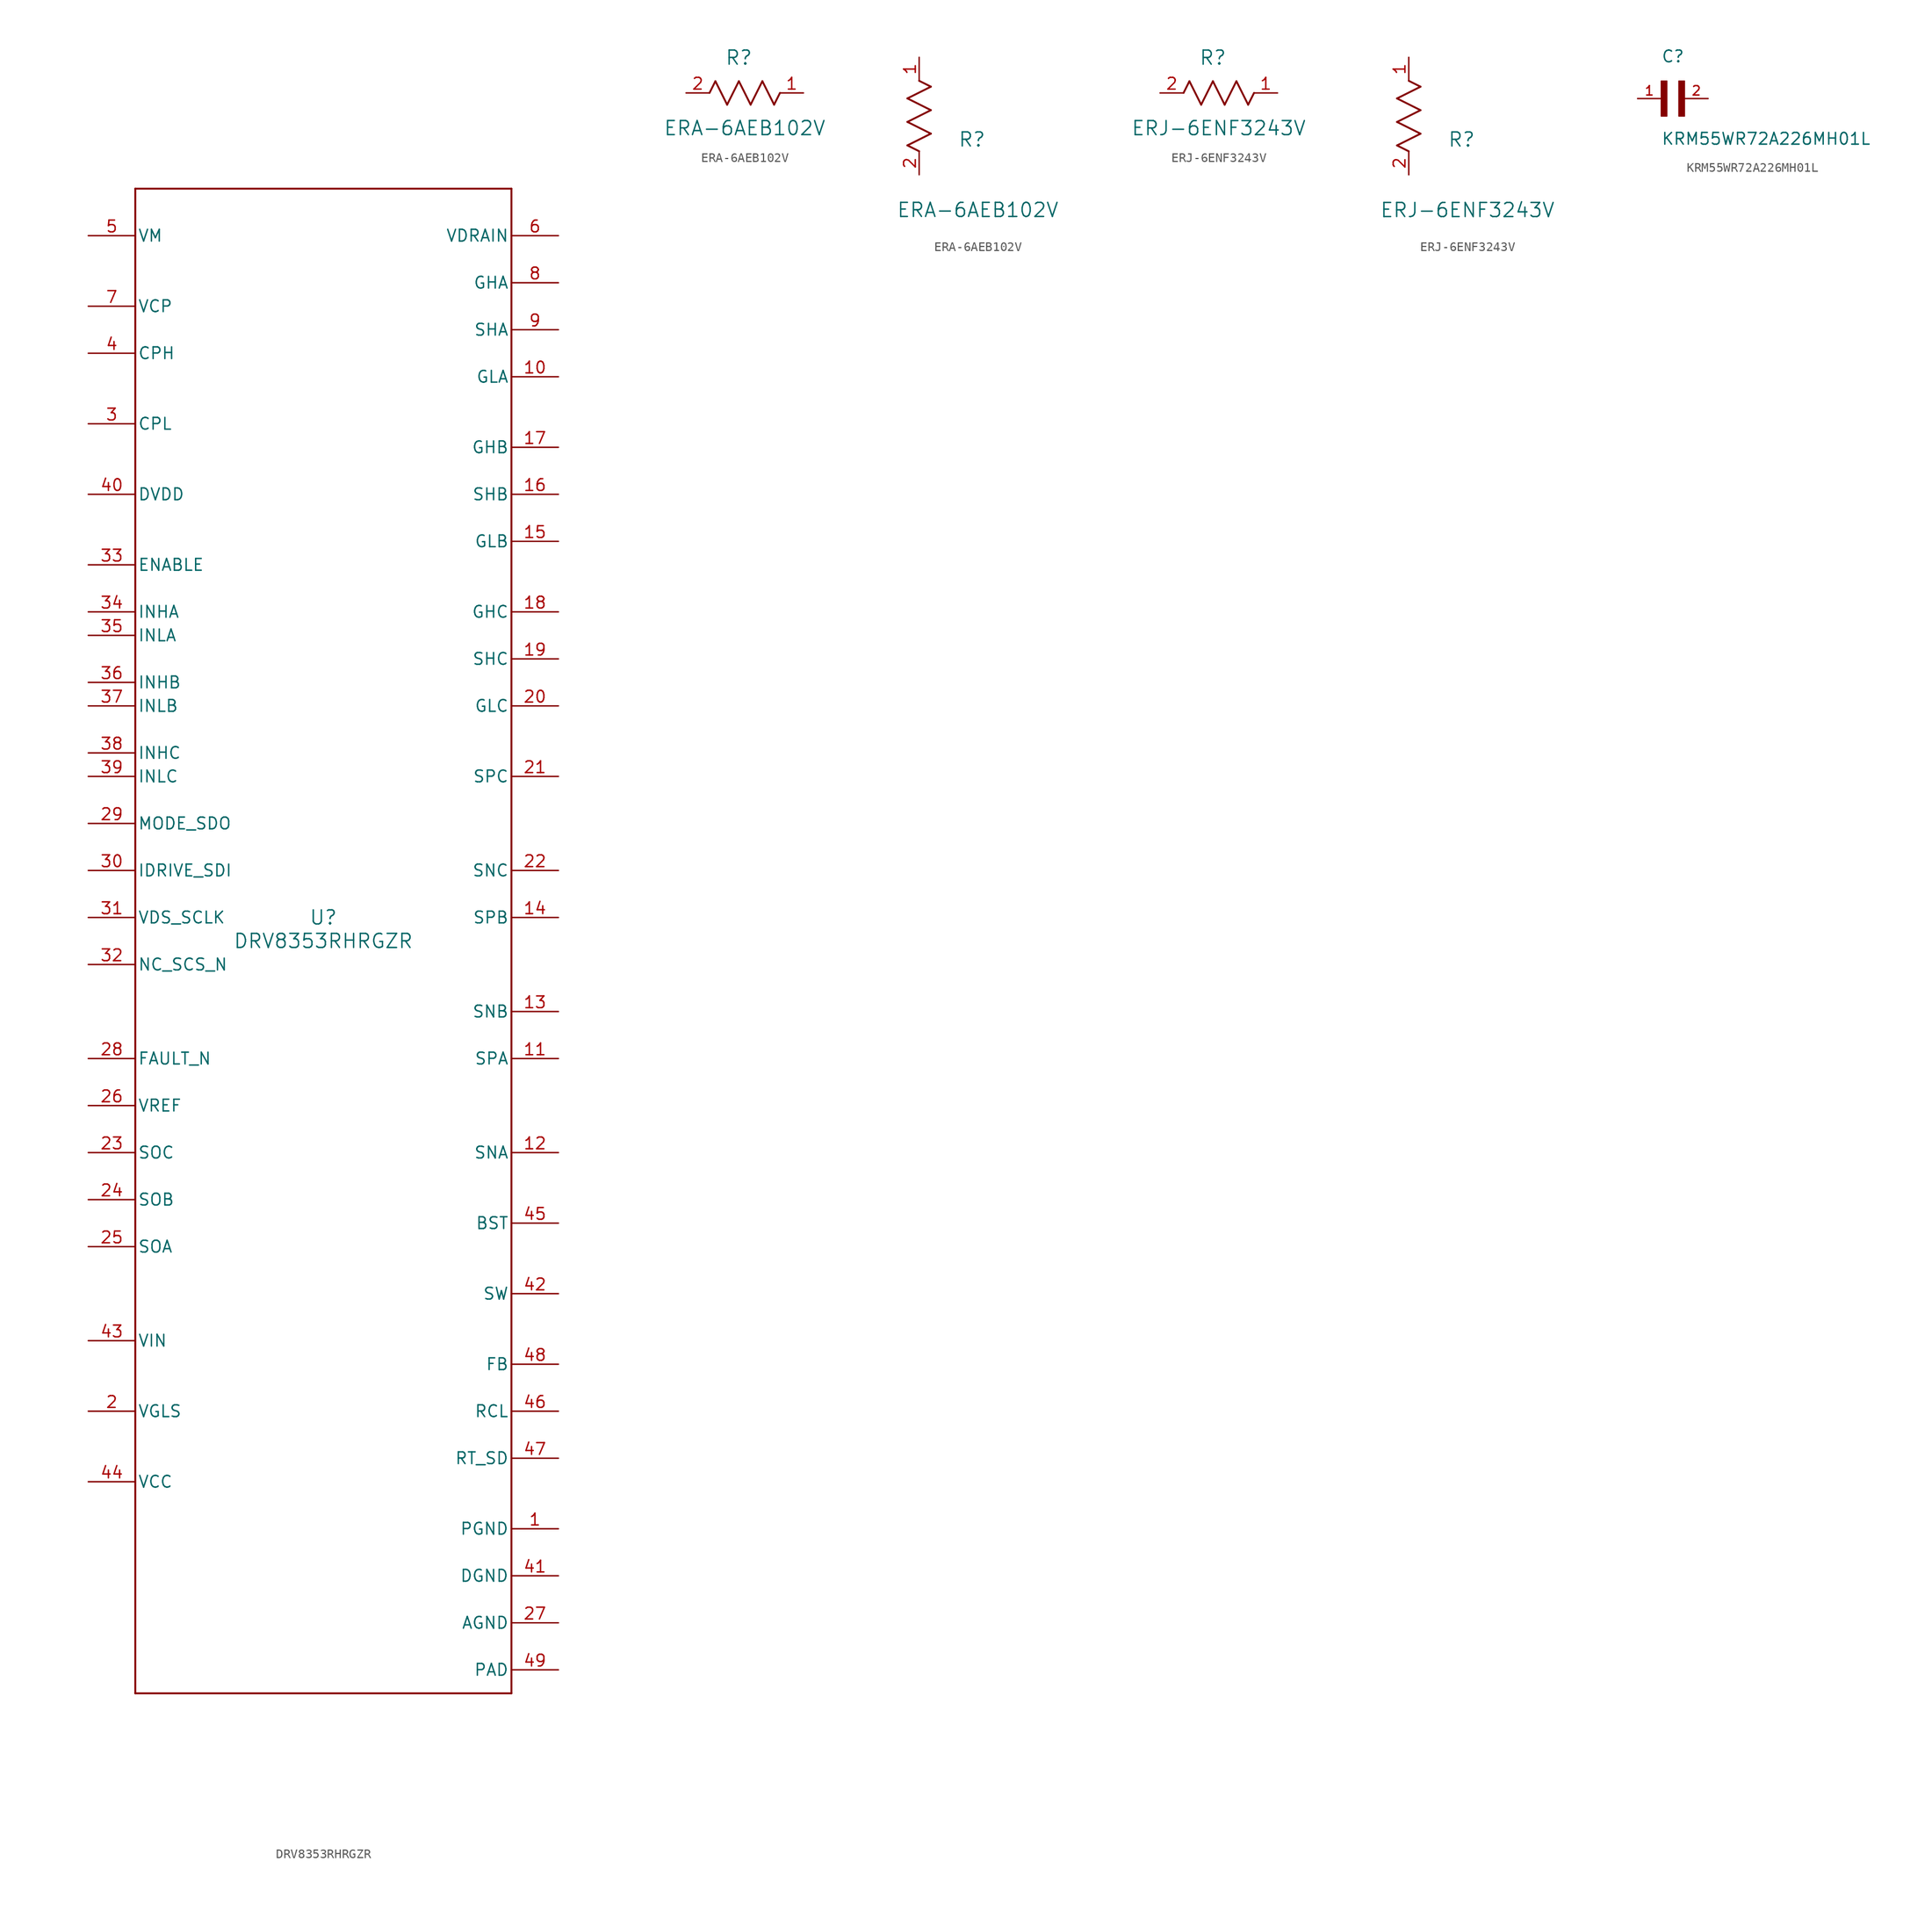
<source format=kicad_sym>
(kicad_symbol_lib
  (version 20231120)
  (generator "kicad_symbol_editor")
  (generator_version "8.0")
  (symbol "DRV8353RHRGZR"
    (pin_names
      (offset 0.254))
    (property "Reference" "U"
      (at 0 2.54 0)
      (effects (font (size 1.524 1.524))))
    (property "Value" "DRV8353RHRGZR"
      (at 0 0 0)
      (effects (font (size 1.524 1.524))))
    (property "ki_locked" ""
      (at 0 0 0)
      (effects (font (size 1.27 1.27))))
    (symbol "DRV8353RHRGZR_0_1"
      (polyline (pts (xy -20.32 -81.28) (xy 20.32 -81.28)) (stroke (width 0.203) (type default)) (fill (type none)))
      (polyline (pts (xy -20.32 81.28) (xy -20.32 -81.28)) (stroke (width 0.203) (type default)) (fill (type none)))
      (polyline (pts (xy 20.32 -81.28) (xy 20.32 81.28)) (stroke (width 0.203) (type default)) (fill (type none)))
      (polyline (pts (xy 20.32 81.28) (xy -20.32 81.28)) (stroke (width 0.203) (type default)) (fill (type none)))
      (pin power_in line (at 25.4 -63.5 180) (length 5.08) (name "PGND" (effects (font (size 1.27 1.27)))) (number "1" (effects (font (size 1.27 1.27)))))
      (pin output line (at 25.4 60.96 180) (length 5.08) (name "GLA" (effects (font (size 1.27 1.27)))) (number "10" (effects (font (size 1.27 1.27)))))
      (pin input line (at 25.4 -12.7 180) (length 5.08) (name "SPA" (effects (font (size 1.27 1.27)))) (number "11" (effects (font (size 1.27 1.27)))))
      (pin input line (at 25.4 -22.86 180) (length 5.08) (name "SNA" (effects (font (size 1.27 1.27)))) (number "12" (effects (font (size 1.27 1.27)))))
      (pin input line (at 25.4 -7.62 180) (length 5.08) (name "SNB" (effects (font (size 1.27 1.27)))) (number "13" (effects (font (size 1.27 1.27)))))
      (pin input line (at 25.4 2.54 180) (length 5.08) (name "SPB" (effects (font (size 1.27 1.27)))) (number "14" (effects (font (size 1.27 1.27)))))
      (pin output line (at 25.4 43.18 180) (length 5.08) (name "GLB" (effects (font (size 1.27 1.27)))) (number "15" (effects (font (size 1.27 1.27)))))
      (pin input line (at 25.4 48.26 180) (length 5.08) (name "SHB" (effects (font (size 1.27 1.27)))) (number "16" (effects (font (size 1.27 1.27)))))
      (pin output line (at 25.4 53.34 180) (length 5.08) (name "GHB" (effects (font (size 1.27 1.27)))) (number "17" (effects (font (size 1.27 1.27)))))
      (pin output line (at 25.4 35.56 180) (length 5.08) (name "GHC" (effects (font (size 1.27 1.27)))) (number "18" (effects (font (size 1.27 1.27)))))
      (pin input line (at 25.4 30.48 180) (length 5.08) (name "SHC" (effects (font (size 1.27 1.27)))) (number "19" (effects (font (size 1.27 1.27)))))
      (pin power_in line (at -25.4 -50.8 0) (length 5.08) (name "VGLS" (effects (font (size 1.27 1.27)))) (number "2" (effects (font (size 1.27 1.27)))))
      (pin output line (at 25.4 25.4 180) (length 5.08) (name "GLC" (effects (font (size 1.27 1.27)))) (number "20" (effects (font (size 1.27 1.27)))))
      (pin input line (at 25.4 17.78 180) (length 5.08) (name "SPC" (effects (font (size 1.27 1.27)))) (number "21" (effects (font (size 1.27 1.27)))))
      (pin input line (at 25.4 7.62 180) (length 5.08) (name "SNC" (effects (font (size 1.27 1.27)))) (number "22" (effects (font (size 1.27 1.27)))))
      (pin output line (at -25.4 -22.86 0) (length 5.08) (name "SOC" (effects (font (size 1.27 1.27)))) (number "23" (effects (font (size 1.27 1.27)))))
      (pin output line (at -25.4 -27.94 0) (length 5.08) (name "SOB" (effects (font (size 1.27 1.27)))) (number "24" (effects (font (size 1.27 1.27)))))
      (pin output line (at -25.4 -33.02 0) (length 5.08) (name "SOA" (effects (font (size 1.27 1.27)))) (number "25" (effects (font (size 1.27 1.27)))))
      (pin power_in line (at -25.4 -17.78 0) (length 5.08) (name "VREF" (effects (font (size 1.27 1.27)))) (number "26" (effects (font (size 1.27 1.27)))))
      (pin power_in line (at 25.4 -73.66 180) (length 5.08) (name "AGND" (effects (font (size 1.27 1.27)))) (number "27" (effects (font (size 1.27 1.27)))))
      (pin open_collector line (at -25.4 -12.7 0) (length 5.08) (name "FAULT_N" (effects (font (size 1.27 1.27)))) (number "28" (effects (font (size 1.27 1.27)))))
      (pin bidirectional line (at -25.4 12.7 0) (length 5.08) (name "MODE_SDO" (effects (font (size 1.27 1.27)))) (number "29" (effects (font (size 1.27 1.27)))))
      (pin power_in line (at -25.4 55.88 0) (length 5.08) (name "CPL" (effects (font (size 1.27 1.27)))) (number "3" (effects (font (size 1.27 1.27)))))
      (pin input line (at -25.4 7.62 0) (length 5.08) (name "IDRIVE_SDI" (effects (font (size 1.27 1.27)))) (number "30" (effects (font (size 1.27 1.27)))))
      (pin input line (at -25.4 2.54 0) (length 5.08) (name "VDS_SCLK" (effects (font (size 1.27 1.27)))) (number "31" (effects (font (size 1.27 1.27)))))
      (pin input line (at -25.4 -2.54 0) (length 5.08) (name "NC_SCS_N" (effects (font (size 1.27 1.27)))) (number "32" (effects (font (size 1.27 1.27)))))
      (pin input line (at -25.4 40.64 0) (length 5.08) (name "ENABLE" (effects (font (size 1.27 1.27)))) (number "33" (effects (font (size 1.27 1.27)))))
      (pin input line (at -25.4 35.56 0) (length 5.08) (name "INHA" (effects (font (size 1.27 1.27)))) (number "34" (effects (font (size 1.27 1.27)))))
      (pin input line (at -25.4 33.02 0) (length 5.08) (name "INLA" (effects (font (size 1.27 1.27)))) (number "35" (effects (font (size 1.27 1.27)))))
      (pin input line (at -25.4 27.94 0) (length 5.08) (name "INHB" (effects (font (size 1.27 1.27)))) (number "36" (effects (font (size 1.27 1.27)))))
      (pin input line (at -25.4 25.4 0) (length 5.08) (name "INLB" (effects (font (size 1.27 1.27)))) (number "37" (effects (font (size 1.27 1.27)))))
      (pin input line (at -25.4 20.32 0) (length 5.08) (name "INHC" (effects (font (size 1.27 1.27)))) (number "38" (effects (font (size 1.27 1.27)))))
      (pin input line (at -25.4 17.78 0) (length 5.08) (name "INLC" (effects (font (size 1.27 1.27)))) (number "39" (effects (font (size 1.27 1.27)))))
      (pin power_in line (at -25.4 63.5 0) (length 5.08) (name "CPH" (effects (font (size 1.27 1.27)))) (number "4" (effects (font (size 1.27 1.27)))))
      (pin power_in line (at -25.4 48.26 0) (length 5.08) (name "DVDD" (effects (font (size 1.27 1.27)))) (number "40" (effects (font (size 1.27 1.27)))))
      (pin power_in line (at 25.4 -68.58 180) (length 5.08) (name "DGND" (effects (font (size 1.27 1.27)))) (number "41" (effects (font (size 1.27 1.27)))))
      (pin power_in line (at 25.4 -38.1 180) (length 5.08) (name "SW" (effects (font (size 1.27 1.27)))) (number "42" (effects (font (size 1.27 1.27)))))
      (pin power_in line (at -25.4 -43.18 0) (length 5.08) (name "VIN" (effects (font (size 1.27 1.27)))) (number "43" (effects (font (size 1.27 1.27)))))
      (pin power_in line (at -25.4 -58.42 0) (length 5.08) (name "VCC" (effects (font (size 1.27 1.27)))) (number "44" (effects (font (size 1.27 1.27)))))
      (pin power_in line (at 25.4 -30.48 180) (length 5.08) (name "BST" (effects (font (size 1.27 1.27)))) (number "45" (effects (font (size 1.27 1.27)))))
      (pin input line (at 25.4 -50.8 180) (length 5.08) (name "RCL" (effects (font (size 1.27 1.27)))) (number "46" (effects (font (size 1.27 1.27)))))
      (pin input line (at 25.4 -55.88 180) (length 5.08) (name "RT_SD" (effects (font (size 1.27 1.27)))) (number "47" (effects (font (size 1.27 1.27)))))
      (pin input line (at 25.4 -45.72 180) (length 5.08) (name "FB" (effects (font (size 1.27 1.27)))) (number "48" (effects (font (size 1.27 1.27)))))
      (pin power_in line (at 25.4 -78.74 180) (length 5.08) (name "PAD" (effects (font (size 1.27 1.27)))) (number "49" (effects (font (size 1.27 1.27)))))
      (pin power_in line (at -25.4 76.2 0) (length 5.08) (name "VM" (effects (font (size 1.27 1.27)))) (number "5" (effects (font (size 1.27 1.27)))))
      (pin input line (at 25.4 76.2 180) (length 5.08) (name "VDRAIN" (effects (font (size 1.27 1.27)))) (number "6" (effects (font (size 1.27 1.27)))))
      (pin power_in line (at -25.4 68.58 0) (length 5.08) (name "VCP" (effects (font (size 1.27 1.27)))) (number "7" (effects (font (size 1.27 1.27)))))
      (pin output line (at 25.4 71.12 180) (length 5.08) (name "GHA" (effects (font (size 1.27 1.27)))) (number "8" (effects (font (size 1.27 1.27)))))
      (pin input line (at 25.4 66.04 180) (length 5.08) (name "SHA" (effects (font (size 1.27 1.27)))) (number "9" (effects (font (size 1.27 1.27)))))))
  (symbol "ERA-6AEB102V"
    (pin_names
      (offset 0.254))
    (property "Reference" "R"
      (at 5.715 3.81 0)
      (effects (font (size 1.524 1.524))))
    (property "Value" "ERA-6AEB102V"
      (at 6.35 -3.81 0)
      (effects (font (size 1.524 1.524))))
    (property "ki_locked" ""
      (at 0 0 0)
      (effects (font (size 1.27 1.27))))
    (symbol "ERA-6AEB102V_1_1"
      (polyline (pts (xy 2.54 0) (xy 3.175 1.27)) (stroke (width 0.203) (type default)) (fill (type none)))
      (polyline (pts (xy 3.175 1.27) (xy 4.445 -1.27)) (stroke (width 0.203) (type default)) (fill (type none)))
      (polyline (pts (xy 4.445 -1.27) (xy 5.715 1.27)) (stroke (width 0.203) (type default)) (fill (type none)))
      (polyline (pts (xy 5.715 1.27) (xy 6.985 -1.27)) (stroke (width 0.203) (type default)) (fill (type none)))
      (polyline (pts (xy 6.985 -1.27) (xy 8.255 1.27)) (stroke (width 0.203) (type default)) (fill (type none)))
      (polyline (pts (xy 8.255 1.27) (xy 9.525 -1.27)) (stroke (width 0.203) (type default)) (fill (type none)))
      (polyline (pts (xy 9.525 -1.27) (xy 10.16 0)) (stroke (width 0.203) (type default)) (fill (type none)))
      (pin unspecified line (at 12.7 0 180) (length 2.54) (name "" (effects (font (size 1.27 1.27)))) (number "1" (effects (font (size 1.27 1.27)))))
      (pin unspecified line (at 0 0 0) (length 2.54) (name "" (effects (font (size 1.27 1.27)))) (number "2" (effects (font (size 1.27 1.27))))))
    (symbol "ERA-6AEB102V_1_2"
      (polyline (pts (xy -1.27 3.175) (xy 1.27 4.445)) (stroke (width 0.203) (type default)) (fill (type none)))
      (polyline (pts (xy -1.27 5.715) (xy 1.27 6.985)) (stroke (width 0.203) (type default)) (fill (type none)))
      (polyline (pts (xy -1.27 8.255) (xy 1.27 9.525)) (stroke (width 0.203) (type default)) (fill (type none)))
      (polyline (pts (xy 0 2.54) (xy -1.27 3.175)) (stroke (width 0.203) (type default)) (fill (type none)))
      (polyline (pts (xy 1.27 4.445) (xy -1.27 5.715)) (stroke (width 0.203) (type default)) (fill (type none)))
      (polyline (pts (xy 1.27 6.985) (xy -1.27 8.255)) (stroke (width 0.203) (type default)) (fill (type none)))
      (polyline (pts (xy 1.27 9.525) (xy 0 10.16)) (stroke (width 0.203) (type default)) (fill (type none)))
      (pin unspecified line (at 0 12.7 270) (length 2.54) (name "" (effects (font (size 1.27 1.27)))) (number "1" (effects (font (size 1.27 1.27)))))
      (pin unspecified line (at 0 0 90) (length 2.54) (name "" (effects (font (size 1.27 1.27)))) (number "2" (effects (font (size 1.27 1.27)))))))
  (symbol "ERJ-6ENF3243V"
    (pin_names
      (offset 0.254))
    (property "Reference" "R"
      (at 5.715 3.81 0)
      (effects (font (size 1.524 1.524))))
    (property "Value" "ERJ-6ENF3243V"
      (at 6.35 -3.81 0)
      (effects (font (size 1.524 1.524))))
    (property "ki_locked" ""
      (at 0 0 0)
      (effects (font (size 1.27 1.27))))
    (symbol "ERJ-6ENF3243V_1_1"
      (polyline (pts (xy 2.54 0) (xy 3.175 1.27)) (stroke (width 0.203) (type default)) (fill (type none)))
      (polyline (pts (xy 3.175 1.27) (xy 4.445 -1.27)) (stroke (width 0.203) (type default)) (fill (type none)))
      (polyline (pts (xy 4.445 -1.27) (xy 5.715 1.27)) (stroke (width 0.203) (type default)) (fill (type none)))
      (polyline (pts (xy 5.715 1.27) (xy 6.985 -1.27)) (stroke (width 0.203) (type default)) (fill (type none)))
      (polyline (pts (xy 6.985 -1.27) (xy 8.255 1.27)) (stroke (width 0.203) (type default)) (fill (type none)))
      (polyline (pts (xy 8.255 1.27) (xy 9.525 -1.27)) (stroke (width 0.203) (type default)) (fill (type none)))
      (polyline (pts (xy 9.525 -1.27) (xy 10.16 0)) (stroke (width 0.203) (type default)) (fill (type none)))
      (pin unspecified line (at 12.7 0 180) (length 2.54) (name "" (effects (font (size 1.27 1.27)))) (number "1" (effects (font (size 1.27 1.27)))))
      (pin unspecified line (at 0 0 0) (length 2.54) (name "" (effects (font (size 1.27 1.27)))) (number "2" (effects (font (size 1.27 1.27))))))
    (symbol "ERJ-6ENF3243V_1_2"
      (polyline (pts (xy -1.27 3.175) (xy 1.27 4.445)) (stroke (width 0.203) (type default)) (fill (type none)))
      (polyline (pts (xy -1.27 5.715) (xy 1.27 6.985)) (stroke (width 0.203) (type default)) (fill (type none)))
      (polyline (pts (xy -1.27 8.255) (xy 1.27 9.525)) (stroke (width 0.203) (type default)) (fill (type none)))
      (polyline (pts (xy 0 2.54) (xy -1.27 3.175)) (stroke (width 0.203) (type default)) (fill (type none)))
      (polyline (pts (xy 1.27 4.445) (xy -1.27 5.715)) (stroke (width 0.203) (type default)) (fill (type none)))
      (polyline (pts (xy 1.27 6.985) (xy -1.27 8.255)) (stroke (width 0.203) (type default)) (fill (type none)))
      (polyline (pts (xy 1.27 9.525) (xy 0 10.16)) (stroke (width 0.203) (type default)) (fill (type none)))
      (pin unspecified line (at 0 12.7 270) (length 2.54) (name "" (effects (font (size 1.27 1.27)))) (number "1" (effects (font (size 1.27 1.27)))))
      (pin unspecified line (at 0 0 90) (length 2.54) (name "" (effects (font (size 1.27 1.27)))) (number "2" (effects (font (size 1.27 1.27)))))))
  (symbol "KRM55WR72A226MH01L"
    (pin_names
      (offset 1.016))
    (property "Reference" "C"
      (at 0 3.811 0)
      (effects (font (size 1.27 1.27)) (justify left bottom)))
    (property "Value" "KRM55WR72A226MH01L"
      (at 0 -5.088 0)
      (effects (font (size 1.27 1.27)) (justify left bottom)))
    (symbol "KRM55WR72A226MH01L_0_0"
      (rectangle (start 0 -1.907) (end 0.635 1.905) (stroke (width 0.1) (type default)) (fill (type outline)))
      (rectangle (start 1.907 -1.907) (end 2.54 1.905) (stroke (width 0.1) (type default)) (fill (type outline)))
      (pin passive line (at -2.54 0 0) (length 2.54) (name "~" (effects (font (size 1.016 1.016)))) (number "1" (effects (font (size 1.016 1.016)))))
      (pin passive line (at 5.08 0 180) (length 2.54) (name "~" (effects (font (size 1.016 1.016)))) (number "2" (effects (font (size 1.016 1.016))))))))
</source>
